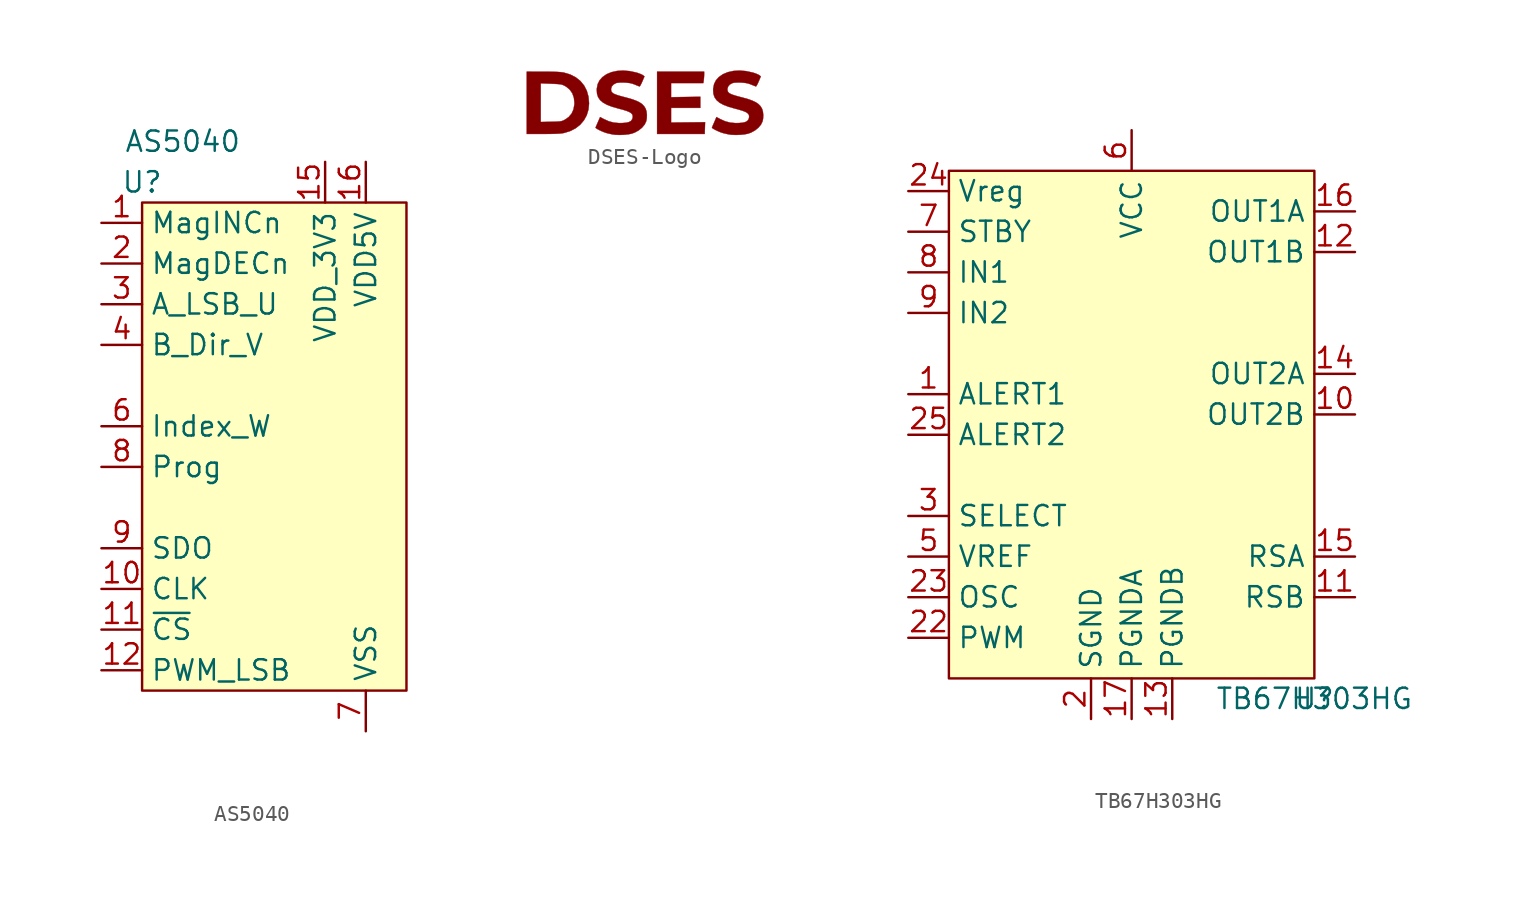
<source format=kicad_sym>
(kicad_symbol_lib
  (version 20211014)
  (generator kicad_symbol_editor)
  (symbol "AS5040"
    (property "Reference" "U"
      (at 0 0 0)
      (effects (font (size 1.27 1.27))))
    (property "Value" "AS5040"
      (at 2.54 2.54 0)
      (effects (font (size 1.27 1.27))))
    (symbol "AS5040_0_1"
      (rectangle (start 0 -1.27) (end 16.51 -31.75) (stroke (width 0.152) (type default) (color 0 0 0 0)) (fill (type background))))
    (symbol "AS5040_1_1"
      (pin open_collector line (at -2.54 -2.54 0) (length 2.54) (name "MagINCn" (effects (font (size 1.27 1.27)))) (number "1" (effects (font (size 1.27 1.27)))))
      (pin input line (at -2.54 -25.4 0) (length 2.54) (name "CLK" (effects (font (size 1.27 1.27)))) (number "10" (effects (font (size 1.27 1.27)))))
      (pin input line (at -2.54 -27.94 0) (length 2.54) (name "~{CS}" (effects (font (size 1.27 1.27)))) (number "11" (effects (font (size 1.27 1.27)))))
      (pin output line (at -2.54 -30.48 0) (length 2.54) (name "PWM_LSB" (effects (font (size 1.27 1.27)))) (number "12" (effects (font (size 1.27 1.27)))))
      (pin no_connect line (at 11.43 -16.51 0) (length 0) hide (name "NC" (effects (font (size 1.27 1.27)))) (number "13" (effects (font (size 1.27 1.27)))))
      (pin no_connect line (at 11.43 -13.97 0) (length 0) hide (name "NC" (effects (font (size 1.27 1.27)))) (number "14" (effects (font (size 1.27 1.27)))))
      (pin passive line (at 11.43 1.27 270) (length 2.54) (name "VDD_3V3" (effects (font (size 1.27 1.27)))) (number "15" (effects (font (size 1.27 1.27)))))
      (pin power_in line (at 13.97 1.27 270) (length 2.54) (name "VDD5V" (effects (font (size 1.27 1.27)))) (number "16" (effects (font (size 1.27 1.27)))))
      (pin open_collector line (at -2.54 -5.08 0) (length 2.54) (name "MagDECn" (effects (font (size 1.27 1.27)))) (number "2" (effects (font (size 1.27 1.27)))))
      (pin output line (at -2.54 -7.62 0) (length 2.54) (name "A_LSB_U" (effects (font (size 1.27 1.27)))) (number "3" (effects (font (size 1.27 1.27)))))
      (pin output line (at -2.54 -10.16 0) (length 2.54) (name "B_Dir_V" (effects (font (size 1.27 1.27)))) (number "4" (effects (font (size 1.27 1.27)))))
      (pin no_connect line (at 11.43 -15.24 0) (length 0) hide (name "NC" (effects (font (size 1.27 1.27)))) (number "5" (effects (font (size 1.27 1.27)))))
      (pin output line (at -2.54 -15.24 0) (length 2.54) (name "Index_W" (effects (font (size 1.27 1.27)))) (number "6" (effects (font (size 1.27 1.27)))))
      (pin power_in line (at 13.97 -34.29 90) (length 2.54) (name "VSS" (effects (font (size 1.27 1.27)))) (number "7" (effects (font (size 1.27 1.27)))))
      (pin input line (at -2.54 -17.78 0) (length 2.54) (name "Prog" (effects (font (size 1.27 1.27)))) (number "8" (effects (font (size 1.27 1.27)))))
      (pin output line (at -2.54 -22.86 0) (length 2.54) (name "SDO" (effects (font (size 1.27 1.27)))) (number "9" (effects (font (size 1.27 1.27)))))))
  (symbol "DSES-Logo"
    (pin_names
      (offset 1.016))
    (property "Reference" "G"
      (at 0 1.674 0)
      (effects (font (size 1.27 1.27)) hide))
    (symbol "DSES-Logo_0_0"
      (polyline (pts (xy 3.789 -1.543) (xy 3.802 -1.175) (xy 2.737 -1.186) (xy 1.672 -1.197) (xy 1.672 -0.279) (xy 3.503 -0.279) (xy 3.503 0.418) (xy 2.588 0.404) (xy 1.672 0.39) (xy 1.672 1.274) (xy 3.692 1.274) (xy 3.717 1.459) (xy 3.721 1.494) (xy 3.736 1.661) (xy 3.742 1.817) (xy 3.742 1.991) (xy 0.796 1.991) (xy 0.796 -1.911) (xy 3.777 -1.911) (xy 3.789 -1.543)) (stroke (width 0.01) (type default) (color 0 0 0 0)) (fill (type outline)))
      (polyline (pts (xy -6.34 -1.91) (xy -6.168 -1.91) (xy -5.826 -1.907) (xy -5.552 -1.899) (xy -5.335 -1.888) (xy -5.167 -1.872) (xy -5.04 -1.851) (xy -4.654 -1.735) (xy -4.31 -1.56) (xy -4.017 -1.331) (xy -3.782 -1.055) (xy -3.608 -0.737) (xy -3.501 -0.383) (xy -3.464 0.003) (xy -3.464 0.006) (xy -3.499 0.417) (xy -3.603 0.789) (xy -3.772 1.119) (xy -4.003 1.401) (xy -4.294 1.633) (xy -4.64 1.811) (xy -5.04 1.931) (xy -5.091 1.941) (xy -5.235 1.959) (xy -5.423 1.973) (xy -5.664 1.982) (xy -5.967 1.988) (xy -6.34 1.99) (xy -7.365 1.991) (xy -7.365 -1.161) (xy -6.489 -1.161) (xy -6.489 1.26) (xy -6.141 1.246) (xy -6.019 1.242) (xy -5.75 1.231) (xy -5.543 1.221) (xy -5.389 1.211) (xy -5.275 1.199) (xy -5.19 1.184) (xy -5.122 1.163) (xy -5.059 1.137) (xy -4.991 1.103) (xy -4.902 1.052) (xy -4.676 0.869) (xy -4.512 0.637) (xy -4.413 0.359) (xy -4.379 0.04) (xy -4.383 -0.064) (xy -4.437 -0.372) (xy -4.557 -0.636) (xy -4.742 -0.855) (xy -4.991 -1.026) (xy -5.035 -1.049) (xy -5.112 -1.083) (xy -5.191 -1.107) (xy -5.288 -1.124) (xy -5.419 -1.134) (xy -5.598 -1.142) (xy -5.842 -1.147) (xy -6.489 -1.161) (xy -7.365 -1.161) (xy -7.365 -1.911) (xy -6.34 -1.91)) (stroke (width 0.01) (type default) (color 0 0 0 0)) (fill (type outline)))
      (polyline (pts (xy -1.28 -1.962) (xy -1.02 -1.936) (xy -0.806 -1.895) (xy -0.605 -1.824) (xy -0.36 -1.689) (xy -0.148 -1.519) (xy 0.014 -1.325) (xy 0.112 -1.123) (xy 0.146 -0.955) (xy 0.157 -0.731) (xy 0.136 -0.514) (xy 0.084 -0.338) (xy 0.076 -0.323) (xy -0.017 -0.171) (xy -0.143 -0.04) (xy -0.311 0.074) (xy -0.532 0.178) (xy -0.813 0.277) (xy -1.164 0.375) (xy -1.301 0.41) (xy -1.563 0.482) (xy -1.761 0.545) (xy -1.902 0.603) (xy -1.996 0.663) (xy -2.052 0.728) (xy -2.079 0.805) (xy -2.086 0.898) (xy -2.086 0.919) (xy -2.038 1.067) (xy -1.926 1.191) (xy -1.762 1.277) (xy -1.751 1.281) (xy -1.627 1.3) (xy -1.45 1.309) (xy -1.24 1.306) (xy -1.117 1.299) (xy -0.923 1.277) (xy -0.76 1.24) (xy -0.597 1.18) (xy -0.592 1.178) (xy -0.459 1.123) (xy -0.355 1.082) (xy -0.302 1.063) (xy -0.292 1.068) (xy -0.252 1.124) (xy -0.195 1.231) (xy -0.13 1.373) (xy 0.005 1.691) (xy -0.081 1.761) (xy -0.156 1.805) (xy -0.284 1.861) (xy -0.432 1.913) (xy -0.518 1.938) (xy -0.93 2.026) (xy -1.331 2.058) (xy -1.711 2.035) (xy -2.061 1.958) (xy -2.369 1.829) (xy -2.625 1.649) (xy -2.801 1.454) (xy -2.921 1.215) (xy -2.976 0.937) (xy -2.981 0.845) (xy -2.963 0.602) (xy -2.896 0.392) (xy -2.773 0.211) (xy -2.59 0.054) (xy -2.342 -0.084) (xy -2.024 -0.206) (xy -1.632 -0.318) (xy -1.367 -0.388) (xy -1.124 -0.463) (xy -0.946 -0.535) (xy -0.825 -0.611) (xy -0.755 -0.693) (xy -0.727 -0.787) (xy -0.734 -0.898) (xy -0.762 -0.99) (xy -0.837 -1.093) (xy -0.962 -1.164) (xy -1.146 -1.208) (xy -1.398 -1.228) (xy -1.582 -1.23) (xy -1.917 -1.199) (xy -2.223 -1.119) (xy -2.527 -0.983) (xy -2.772 -0.853) (xy -2.909 -1.169) (xy -2.934 -1.226) (xy -2.993 -1.364) (xy -3.037 -1.465) (xy -3.057 -1.512) (xy -3.057 -1.514) (xy -3.026 -1.551) (xy -2.939 -1.607) (xy -2.814 -1.673) (xy -2.669 -1.741) (xy -2.521 -1.802) (xy -2.387 -1.848) (xy -2.3 -1.871) (xy -2.109 -1.915) (xy -1.929 -1.949) (xy -1.804 -1.963) (xy -1.552 -1.972) (xy -1.28 -1.962)) (stroke (width 0.01) (type default) (color 0 0 0 0)) (fill (type outline)))
      (polyline (pts (xy 6.006 -1.962) (xy 6.266 -1.936) (xy 6.48 -1.895) (xy 6.681 -1.824) (xy 6.926 -1.689) (xy 7.137 -1.519) (xy 7.3 -1.325) (xy 7.398 -1.123) (xy 7.432 -0.955) (xy 7.443 -0.731) (xy 7.421 -0.514) (xy 7.369 -0.338) (xy 7.362 -0.323) (xy 7.269 -0.171) (xy 7.143 -0.04) (xy 6.974 0.074) (xy 6.754 0.178) (xy 6.473 0.277) (xy 6.122 0.375) (xy 5.984 0.41) (xy 5.722 0.482) (xy 5.525 0.545) (xy 5.384 0.603) (xy 5.29 0.663) (xy 5.234 0.728) (xy 5.207 0.805) (xy 5.199 0.898) (xy 5.2 0.919) (xy 5.247 1.067) (xy 5.359 1.191) (xy 5.524 1.277) (xy 5.535 1.281) (xy 5.658 1.3) (xy 5.836 1.309) (xy 6.046 1.306) (xy 6.169 1.299) (xy 6.363 1.277) (xy 6.526 1.24) (xy 6.688 1.18) (xy 6.694 1.178) (xy 6.827 1.123) (xy 6.931 1.082) (xy 6.984 1.063) (xy 6.993 1.068) (xy 7.034 1.124) (xy 7.091 1.231) (xy 7.155 1.373) (xy 7.29 1.691) (xy 7.204 1.761) (xy 7.129 1.805) (xy 7.002 1.861) (xy 6.854 1.913) (xy 6.767 1.938) (xy 6.356 2.026) (xy 5.955 2.058) (xy 5.574 2.035) (xy 5.225 1.958) (xy 4.917 1.829) (xy 4.66 1.649) (xy 4.485 1.454) (xy 4.365 1.215) (xy 4.31 0.937) (xy 4.305 0.845) (xy 4.322 0.602) (xy 4.39 0.392) (xy 4.513 0.211) (xy 4.696 0.054) (xy 4.944 -0.084) (xy 5.261 -0.206) (xy 5.653 -0.318) (xy 5.918 -0.388) (xy 6.162 -0.463) (xy 6.34 -0.535) (xy 6.46 -0.611) (xy 6.531 -0.693) (xy 6.559 -0.787) (xy 6.551 -0.898) (xy 6.524 -0.99) (xy 6.449 -1.093) (xy 6.324 -1.164) (xy 6.139 -1.208) (xy 5.887 -1.228) (xy 5.704 -1.23) (xy 5.369 -1.199) (xy 5.062 -1.119) (xy 4.758 -0.983) (xy 4.513 -0.853) (xy 4.377 -1.169) (xy 4.352 -1.226) (xy 4.292 -1.364) (xy 4.249 -1.465) (xy 4.229 -1.512) (xy 4.228 -1.514) (xy 4.26 -1.551) (xy 4.346 -1.607) (xy 4.471 -1.673) (xy 4.616 -1.741) (xy 4.764 -1.802) (xy 4.898 -1.848) (xy 4.985 -1.871) (xy 5.176 -1.915) (xy 5.356 -1.949) (xy 5.481 -1.963) (xy 5.734 -1.972) (xy 6.006 -1.962)) (stroke (width 0.01) (type default) (color 0 0 0 0)) (fill (type outline)))))
  (symbol "TB67H303HG"
    (property "Reference" "U"
      (at 11.43 -16.51 0)
      (effects (font (size 1.27 1.27))))
    (property "Value" "TB67H303HG"
      (at 11.43 -16.51 0)
      (effects (font (size 1.27 1.27))))
    (symbol "TB67H303HG_0_1"
      (rectangle (start -11.43 16.51) (end 11.43 -15.24) (stroke (width 0.152) (type default) (color 0 0 0 0)) (fill (type background))))
    (symbol "TB67H303HG_1_1"
      (pin open_collector line (at -13.97 2.54 0) (length 2.54) (name "ALERT1" (effects (font (size 1.27 1.27)))) (number "1" (effects (font (size 1.27 1.27)))))
      (pin output line (at 13.97 1.27 180) (length 2.54) (name "OUT2B" (effects (font (size 1.27 1.27)))) (number "10" (effects (font (size 1.27 1.27)))))
      (pin input line (at 13.97 -10.16 180) (length 2.54) (name "RSB" (effects (font (size 1.27 1.27)))) (number "11" (effects (font (size 1.27 1.27)))))
      (pin output line (at 13.97 11.43 180) (length 2.54) (name "OUT1B" (effects (font (size 1.27 1.27)))) (number "12" (effects (font (size 1.27 1.27)))))
      (pin power_in line (at 2.54 -17.78 90) (length 2.54) (name "PGNDB" (effects (font (size 1.27 1.27)))) (number "13" (effects (font (size 1.27 1.27)))))
      (pin output line (at 13.97 3.81 180) (length 2.54) (name "OUT2A" (effects (font (size 1.27 1.27)))) (number "14" (effects (font (size 1.27 1.27)))))
      (pin input line (at 13.97 -7.62 180) (length 2.54) (name "RSA" (effects (font (size 1.27 1.27)))) (number "15" (effects (font (size 1.27 1.27)))))
      (pin output line (at 13.97 13.97 180) (length 2.54) (name "OUT1A" (effects (font (size 1.27 1.27)))) (number "16" (effects (font (size 1.27 1.27)))))
      (pin power_in line (at 0 -17.78 90) (length 2.54) (name "PGNDA" (effects (font (size 1.27 1.27)))) (number "17" (effects (font (size 1.27 1.27)))))
      (pin passive line (at -2.54 -17.78 180) (length 0) hide (name "TEST2" (effects (font (size 1.27 1.27)))) (number "18" (effects (font (size 1.27 1.27)))))
      (pin passive line (at -2.54 -17.78 180) (length 0) hide (name "TEST3" (effects (font (size 1.27 1.27)))) (number "19" (effects (font (size 1.27 1.27)))))
      (pin power_in line (at -2.54 -17.78 90) (length 2.54) (name "SGND" (effects (font (size 1.27 1.27)))) (number "2" (effects (font (size 1.27 1.27)))))
      (pin power_in line (at 0 19.05 0) (length 0) hide (name "VCC" (effects (font (size 1.27 1.27)))) (number "20" (effects (font (size 1.27 1.27)))))
      (pin passive line (at -2.54 -17.78 180) (length 0) hide (name "TEST4" (effects (font (size 1.27 1.27)))) (number "21" (effects (font (size 1.27 1.27)))))
      (pin input line (at -13.97 -12.7 0) (length 2.54) (name "PWM" (effects (font (size 1.27 1.27)))) (number "22" (effects (font (size 1.27 1.27)))))
      (pin input line (at -13.97 -10.16 0) (length 2.54) (name "OSC" (effects (font (size 1.27 1.27)))) (number "23" (effects (font (size 1.27 1.27)))))
      (pin power_out line (at -13.97 15.24 0) (length 2.54) (name "Vreg" (effects (font (size 1.27 1.27)))) (number "24" (effects (font (size 1.27 1.27)))))
      (pin open_collector line (at -13.97 0 0) (length 2.54) (name "ALERT2" (effects (font (size 1.27 1.27)))) (number "25" (effects (font (size 1.27 1.27)))))
      (pin input line (at -13.97 -5.08 0) (length 2.54) (name "SELECT" (effects (font (size 1.27 1.27)))) (number "3" (effects (font (size 1.27 1.27)))))
      (pin passive line (at -2.54 -17.78 180) (length 0) hide (name "TEST1" (effects (font (size 1.27 1.27)))) (number "4" (effects (font (size 1.27 1.27)))))
      (pin input line (at -13.97 -7.62 0) (length 2.54) (name "VREF" (effects (font (size 1.27 1.27)))) (number "5" (effects (font (size 1.27 1.27)))))
      (pin power_in line (at 0 19.05 270) (length 2.54) (name "VCC" (effects (font (size 1.27 1.27)))) (number "6" (effects (font (size 1.27 1.27)))))
      (pin input line (at -13.97 12.7 0) (length 2.54) (name "STBY" (effects (font (size 1.27 1.27)))) (number "7" (effects (font (size 1.27 1.27)))))
      (pin input line (at -13.97 10.16 0) (length 2.54) (name "IN1" (effects (font (size 1.27 1.27)))) (number "8" (effects (font (size 1.27 1.27)))))
      (pin input line (at -13.97 7.62 0) (length 2.54) (name "IN2" (effects (font (size 1.27 1.27)))) (number "9" (effects (font (size 1.27 1.27))))))))
</source>
